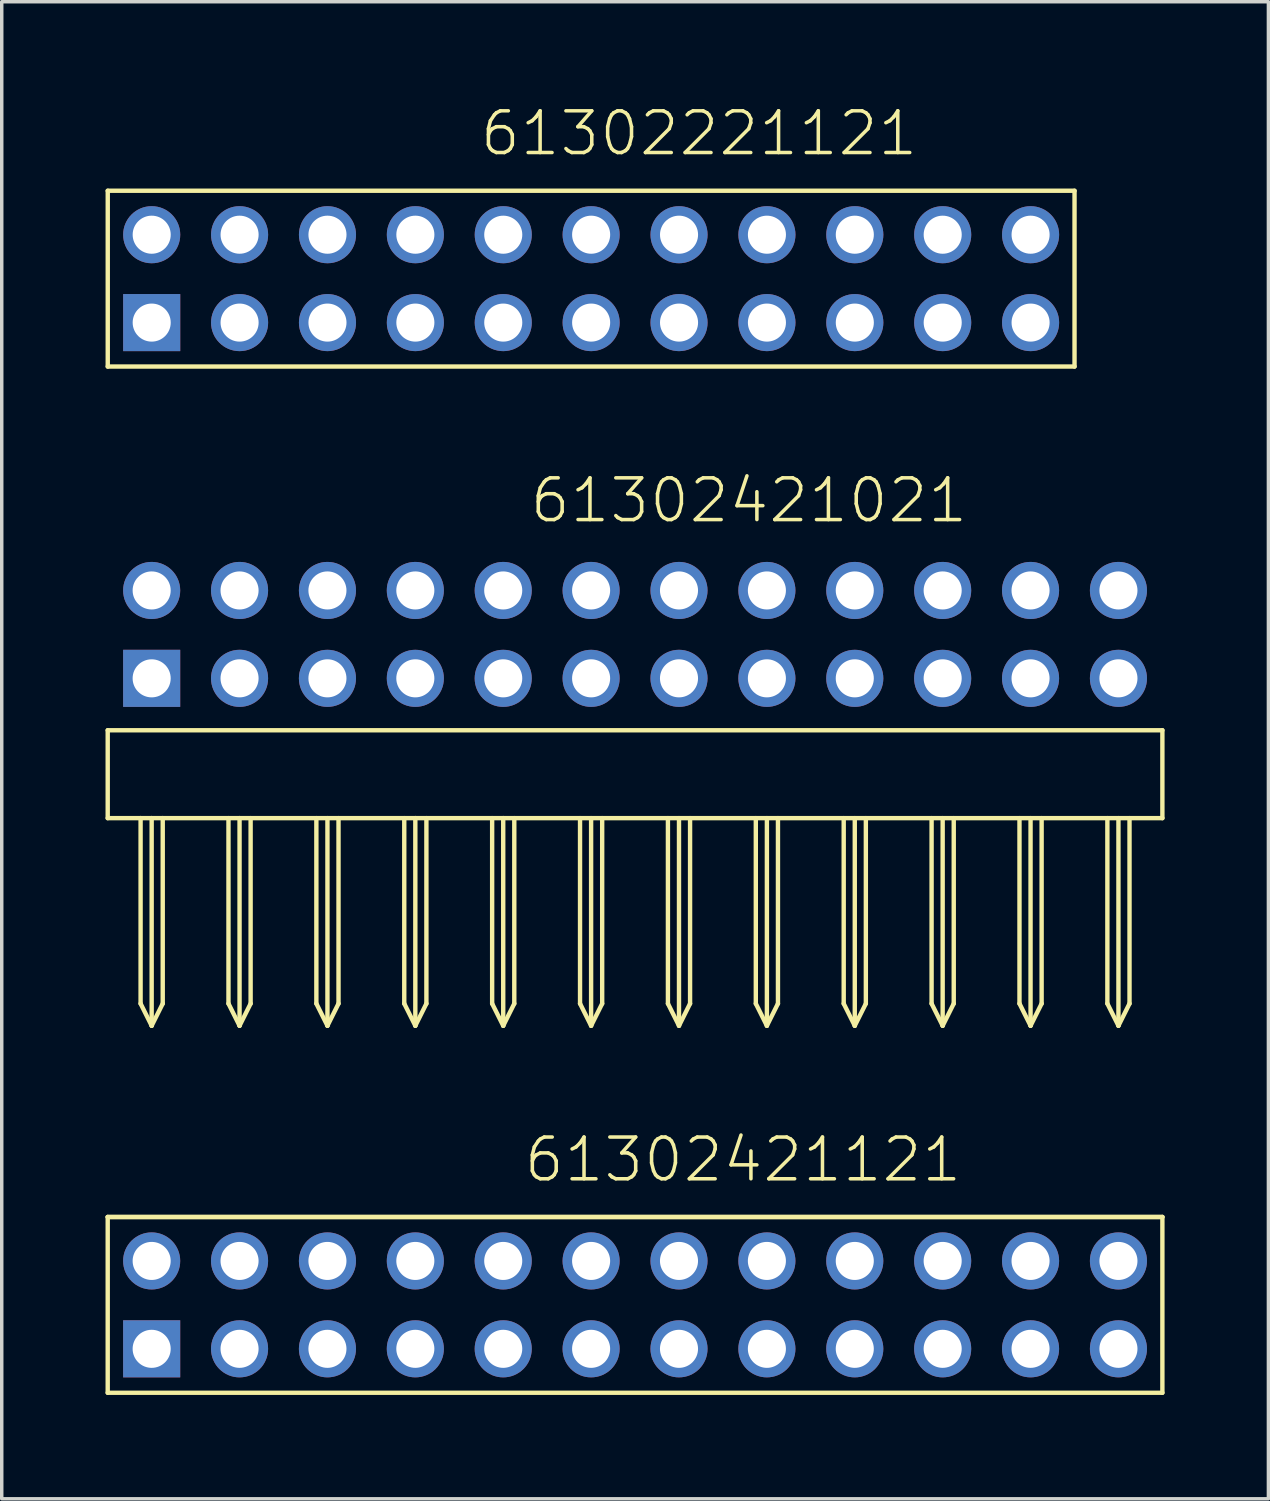
<source format=kicad_pcb>
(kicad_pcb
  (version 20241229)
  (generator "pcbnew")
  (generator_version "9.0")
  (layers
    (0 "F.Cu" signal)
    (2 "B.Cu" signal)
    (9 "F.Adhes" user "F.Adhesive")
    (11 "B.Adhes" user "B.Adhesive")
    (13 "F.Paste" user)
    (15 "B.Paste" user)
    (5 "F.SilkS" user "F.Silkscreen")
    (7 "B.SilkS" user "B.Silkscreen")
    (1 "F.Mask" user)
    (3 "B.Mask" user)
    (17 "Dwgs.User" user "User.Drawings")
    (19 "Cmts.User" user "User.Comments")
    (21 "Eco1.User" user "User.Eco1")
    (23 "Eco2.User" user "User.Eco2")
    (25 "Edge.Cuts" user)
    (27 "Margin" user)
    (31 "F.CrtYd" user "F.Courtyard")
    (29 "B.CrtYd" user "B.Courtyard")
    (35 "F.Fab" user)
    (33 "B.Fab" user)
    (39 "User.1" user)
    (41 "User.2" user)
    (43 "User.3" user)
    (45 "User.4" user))
  (footprint "61302421021"
    (layer "F.Cu")
    (at 15.303 16.554)
    (property "Reference" "61302421021" (at -3.093 -4.436 0) (layer "F.SilkS") (effects (font (size 1.206 1.206) (thickness 0.102)) (justify left bottom)))
    (attr through_hole)
    (fp_line (start -15.24 1.5) (end -15.24 4.04) (stroke (width 0.127) (type solid)) (layer "F.SilkS"))
    (fp_line (start -15.24 4.04) (end -14.29 4.04) (stroke (width 0.127) (type solid)) (layer "F.SilkS"))
    (fp_line (start -14.29 4.04) (end -14.29 9.4) (stroke (width 0.127) (type solid)) (layer "F.SilkS"))
    (fp_line (start -14.29 4.04) (end -13.97 4.04) (stroke (width 0.127) (type solid)) (layer "F.SilkS"))
    (fp_line (start -14.29 9.4) (end -13.97 10.04) (stroke (width 0.127) (type solid)) (layer "F.SilkS"))
    (fp_line (start -13.97 4.04) (end -13.97 10.04) (stroke (width 0.127) (type solid)) (layer "F.SilkS"))
    (fp_line (start -13.97 4.04) (end -13.65 4.04) (stroke (width 0.127) (type solid)) (layer "F.SilkS"))
    (fp_line (start -13.97 10.04) (end -13.65 9.4) (stroke (width 0.127) (type solid)) (layer "F.SilkS"))
    (fp_line (start -13.65 4.04) (end -13.65 9.4) (stroke (width 0.127) (type solid)) (layer "F.SilkS"))
    (fp_line (start -13.65 4.04) (end -11.43 4.04) (stroke (width 0.127) (type solid)) (layer "F.SilkS"))
    (fp_line (start -11.75 4.04) (end -11.75 9.4) (stroke (width 0.127) (type solid)) (layer "F.SilkS"))
    (fp_line (start -11.75 9.4) (end -11.43 10.04) (stroke (width 0.127) (type solid)) (layer "F.SilkS"))
    (fp_line (start -11.43 4.04) (end -11.43 10.04) (stroke (width 0.127) (type solid)) (layer "F.SilkS"))
    (fp_line (start -11.43 4.04) (end -6.35 4.04) (stroke (width 0.127) (type solid)) (layer "F.SilkS"))
    (fp_line (start -11.43 10.04) (end -11.11 9.4) (stroke (width 0.127) (type solid)) (layer "F.SilkS"))
    (fp_line (start -11.11 4.04) (end -11.11 9.4) (stroke (width 0.127) (type solid)) (layer "F.SilkS"))
    (fp_line (start -9.21 4.04) (end -9.21 9.4) (stroke (width 0.127) (type solid)) (layer "F.SilkS"))
    (fp_line (start -9.21 9.4) (end -8.89 10.04) (stroke (width 0.127) (type solid)) (layer "F.SilkS"))
    (fp_line (start -8.89 4.04) (end -8.89 10.04) (stroke (width 0.127) (type solid)) (layer "F.SilkS"))
    (fp_line (start -8.89 10.04) (end -8.57 9.4) (stroke (width 0.127) (type solid)) (layer "F.SilkS"))
    (fp_line (start -8.57 4.04) (end -8.57 9.4) (stroke (width 0.127) (type solid)) (layer "F.SilkS"))
    (fp_line (start -6.67 4.04) (end -6.67 9.4) (stroke (width 0.127) (type solid)) (layer "F.SilkS"))
    (fp_line (start -6.67 9.4) (end -6.35 10.04) (stroke (width 0.127) (type solid)) (layer "F.SilkS"))
    (fp_line (start -6.35 4.04) (end -6.35 10.04) (stroke (width 0.127) (type solid)) (layer "F.SilkS"))
    (fp_line (start -6.35 4.04) (end -3.81 4.04) (stroke (width 0.127) (type solid)) (layer "F.SilkS"))
    (fp_line (start -6.35 10.04) (end -6.03 9.4) (stroke (width 0.127) (type solid)) (layer "F.SilkS"))
    (fp_line (start -6.03 4.04) (end -6.03 9.4) (stroke (width 0.127) (type solid)) (layer "F.SilkS"))
    (fp_line (start -4.13 4.04) (end -4.13 9.4) (stroke (width 0.127) (type solid)) (layer "F.SilkS"))
    (fp_line (start -4.13 9.4) (end -3.81 10.04) (stroke (width 0.127) (type solid)) (layer "F.SilkS"))
    (fp_line (start -3.81 4.04) (end -3.81 10.04) (stroke (width 0.127) (type solid)) (layer "F.SilkS"))
    (fp_line (start -3.81 4.04) (end 15.24 4.04) (stroke (width 0.127) (type solid)) (layer "F.SilkS"))
    (fp_line (start -3.81 10.04) (end -3.49 9.4) (stroke (width 0.127) (type solid)) (layer "F.SilkS"))
    (fp_line (start -3.49 4.04) (end -3.49 9.4) (stroke (width 0.127) (type solid)) (layer "F.SilkS"))
    (fp_line (start -1.59 4.04) (end -1.59 9.4) (stroke (width 0.127) (type solid)) (layer "F.SilkS"))
    (fp_line (start -1.59 9.4) (end -1.27 10.04) (stroke (width 0.127) (type solid)) (layer "F.SilkS"))
    (fp_line (start -1.27 4.04) (end -1.27 10.04) (stroke (width 0.127) (type solid)) (layer "F.SilkS"))
    (fp_line (start -1.27 10.04) (end -0.95 9.4) (stroke (width 0.127) (type solid)) (layer "F.SilkS"))
    (fp_line (start -0.95 4.04) (end -0.95 9.4) (stroke (width 0.127) (type solid)) (layer "F.SilkS"))
    (fp_line (start 0.95 4.04) (end 0.95 9.4) (stroke (width 0.127) (type solid)) (layer "F.SilkS"))
    (fp_line (start 0.95 9.4) (end 1.27 10.04) (stroke (width 0.127) (type solid)) (layer "F.SilkS"))
    (fp_line (start 1.27 4.04) (end 1.27 10.04) (stroke (width 0.127) (type solid)) (layer "F.SilkS"))
    (fp_line (start 1.27 10.04) (end 1.59 9.4) (stroke (width 0.127) (type solid)) (layer "F.SilkS"))
    (fp_line (start 1.59 4.04) (end 1.59 9.4) (stroke (width 0.127) (type solid)) (layer "F.SilkS"))
    (fp_line (start 3.49 4.04) (end 3.49 9.4) (stroke (width 0.127) (type solid)) (layer "F.SilkS"))
    (fp_line (start 3.49 9.4) (end 3.81 10.04) (stroke (width 0.127) (type solid)) (layer "F.SilkS"))
    (fp_line (start 3.81 4.04) (end 3.81 10.04) (stroke (width 0.127) (type solid)) (layer "F.SilkS"))
    (fp_line (start 3.81 10.04) (end 4.13 9.4) (stroke (width 0.127) (type solid)) (layer "F.SilkS"))
    (fp_line (start 4.13 4.04) (end 4.13 9.4) (stroke (width 0.127) (type solid)) (layer "F.SilkS"))
    (fp_line (start 6.03 4.04) (end 6.03 9.4) (stroke (width 0.127) (type solid)) (layer "F.SilkS"))
    (fp_line (start 6.03 9.4) (end 6.35 10.04) (stroke (width 0.127) (type solid)) (layer "F.SilkS"))
    (fp_line (start 6.35 4.04) (end 6.35 10.04) (stroke (width 0.127) (type solid)) (layer "F.SilkS"))
    (fp_line (start 6.35 10.04) (end 6.67 9.4) (stroke (width 0.127) (type solid)) (layer "F.SilkS"))
    (fp_line (start 6.67 4.04) (end 6.67 9.4) (stroke (width 0.127) (type solid)) (layer "F.SilkS"))
    (fp_line (start 8.57 4.04) (end 8.57 9.4) (stroke (width 0.127) (type solid)) (layer "F.SilkS"))
    (fp_line (start 8.57 9.4) (end 8.89 10.04) (stroke (width 0.127) (type solid)) (layer "F.SilkS"))
    (fp_line (start 8.89 4.04) (end 8.89 10.04) (stroke (width 0.127) (type solid)) (layer "F.SilkS"))
    (fp_line (start 8.89 10.04) (end 9.21 9.4) (stroke (width 0.127) (type solid)) (layer "F.SilkS"))
    (fp_line (start 9.21 4.04) (end 9.21 9.4) (stroke (width 0.127) (type solid)) (layer "F.SilkS"))
    (fp_line (start 11.11 4.04) (end 11.11 9.4) (stroke (width 0.127) (type solid)) (layer "F.SilkS"))
    (fp_line (start 11.11 9.4) (end 11.43 10.04) (stroke (width 0.127) (type solid)) (layer "F.SilkS"))
    (fp_line (start 11.43 4.04) (end 11.43 10.04) (stroke (width 0.127) (type solid)) (layer "F.SilkS"))
    (fp_line (start 11.43 10.04) (end 11.75 9.4) (stroke (width 0.127) (type solid)) (layer "F.SilkS"))
    (fp_line (start 11.75 4.04) (end 11.75 9.4) (stroke (width 0.127) (type solid)) (layer "F.SilkS"))
    (fp_line (start 13.65 4.04) (end 13.65 9.4) (stroke (width 0.127) (type solid)) (layer "F.SilkS"))
    (fp_line (start 13.65 9.4) (end 13.97 10.04) (stroke (width 0.127) (type solid)) (layer "F.SilkS"))
    (fp_line (start 13.97 4.04) (end 13.97 10.04) (stroke (width 0.127) (type solid)) (layer "F.SilkS"))
    (fp_line (start 13.97 10.04) (end 14.29 9.4) (stroke (width 0.127) (type solid)) (layer "F.SilkS"))
    (fp_line (start 14.29 4.04) (end 14.29 9.4) (stroke (width 0.127) (type solid)) (layer "F.SilkS"))
    (fp_line (start 15.24 1.5) (end -15.24 1.5) (stroke (width 0.127) (type solid)) (layer "F.SilkS"))
    (fp_line (start 15.24 4.04) (end 15.24 1.5) (stroke (width 0.127) (type solid)) (layer "F.SilkS"))
    (pad "1" thru_hole rect (at -13.97 0 180) (size 1.65 1.65) (drill 1.1) (layers "*.Cu" "*.Mask"))
    (pad "2" thru_hole circle (at -11.43 0 180) (size 1.65 1.65) (drill 1.1) (layers "*.Cu" "*.Mask"))
    (pad "3" thru_hole circle (at -8.89 0 180) (size 1.65 1.65) (drill 1.1) (layers "*.Cu" "*.Mask"))
    (pad "4" thru_hole circle (at -6.35 0 180) (size 1.65 1.65) (drill 1.1) (layers "*.Cu" "*.Mask"))
    (pad "5" thru_hole circle (at -3.81 0 180) (size 1.65 1.65) (drill 1.1) (layers "*.Cu" "*.Mask"))
    (pad "6" thru_hole circle (at -1.27 0 180) (size 1.65 1.65) (drill 1.1) (layers "*.Cu" "*.Mask"))
    (pad "7" thru_hole circle (at 1.27 0 180) (size 1.65 1.65) (drill 1.1) (layers "*.Cu" "*.Mask"))
    (pad "8" thru_hole circle (at 3.81 0 180) (size 1.65 1.65) (drill 1.1) (layers "*.Cu" "*.Mask"))
    (pad "9" thru_hole circle (at 6.35 0 180) (size 1.65 1.65) (drill 1.1) (layers "*.Cu" "*.Mask"))
    (pad "10" thru_hole circle (at 8.89 0 180) (size 1.65 1.65) (drill 1.1) (layers "*.Cu" "*.Mask"))
    (pad "11" thru_hole circle (at 11.43 0 180) (size 1.65 1.65) (drill 1.1) (layers "*.Cu" "*.Mask"))
    (pad "12" thru_hole circle (at 13.97 0 180) (size 1.65 1.65) (drill 1.1) (layers "*.Cu" "*.Mask"))
    (pad "13" thru_hole circle (at 13.97 -2.54) (size 1.65 1.65) (drill 1.1) (layers "*.Cu" "*.Mask"))
    (pad "14" thru_hole circle (at 11.43 -2.54) (size 1.65 1.65) (drill 1.1) (layers "*.Cu" "*.Mask"))
    (pad "15" thru_hole circle (at 8.89 -2.54) (size 1.65 1.65) (drill 1.1) (layers "*.Cu" "*.Mask"))
    (pad "16" thru_hole circle (at 6.35 -2.54) (size 1.65 1.65) (drill 1.1) (layers "*.Cu" "*.Mask"))
    (pad "17" thru_hole circle (at 3.81 -2.54) (size 1.65 1.65) (drill 1.1) (layers "*.Cu" "*.Mask"))
    (pad "18" thru_hole circle (at 1.27 -2.54) (size 1.65 1.65) (drill 1.1) (layers "*.Cu" "*.Mask"))
    (pad "19" thru_hole circle (at -1.27 -2.54) (size 1.65 1.65) (drill 1.1) (layers "*.Cu" "*.Mask"))
    (pad "20" thru_hole circle (at -3.81 -2.54) (size 1.65 1.65) (drill 1.1) (layers "*.Cu" "*.Mask"))
    (pad "21" thru_hole circle (at -6.35 -2.54) (size 1.65 1.65) (drill 1.1) (layers "*.Cu" "*.Mask"))
    (pad "22" thru_hole circle (at -8.89 -2.54) (size 1.65 1.65) (drill 1.1) (layers "*.Cu" "*.Mask"))
    (pad "23" thru_hole circle (at -11.43 -2.54) (size 1.65 1.65) (drill 1.1) (layers "*.Cu" "*.Mask"))
    (pad "24" thru_hole circle (at -13.97 -2.54) (size 1.65 1.65) (drill 1.1) (layers "*.Cu" "*.Mask")))
  (footprint "61302221121"
    (layer "F.Cu")
    (at 14.034 5.003)
    (property "Reference" "61302221121" (at -3.265 -3.492 0) (layer "F.SilkS") (effects (font (size 1.206 1.206) (thickness 0.102)) (justify left bottom)))
    (attr through_hole)
    (fp_line (start -13.97 -2.54) (end 13.97 -2.54) (stroke (width 0.127) (type solid)) (layer "F.SilkS"))
    (fp_line (start -13.97 2.54) (end -13.97 -2.54) (stroke (width 0.127) (type solid)) (layer "F.SilkS"))
    (fp_line (start 13.97 -2.54) (end 13.97 2.54) (stroke (width 0.127) (type solid)) (layer "F.SilkS"))
    (fp_line (start 13.97 2.54) (end -13.97 2.54) (stroke (width 0.127) (type solid)) (layer "F.SilkS"))
    (pad "1" thru_hole rect (at -12.7 1.27) (size 1.65 1.65) (drill 1.1) (layers "*.Cu" "*.Mask"))
    (pad "2" thru_hole circle (at -10.16 1.27) (size 1.65 1.65) (drill 1.1) (layers "*.Cu" "*.Mask"))
    (pad "3" thru_hole circle (at -7.62 1.27) (size 1.65 1.65) (drill 1.1) (layers "*.Cu" "*.Mask"))
    (pad "4" thru_hole circle (at -5.08 1.27) (size 1.65 1.65) (drill 1.1) (layers "*.Cu" "*.Mask"))
    (pad "5" thru_hole circle (at -2.54 1.27) (size 1.65 1.65) (drill 1.1) (layers "*.Cu" "*.Mask"))
    (pad "6" thru_hole circle (at 0 1.27) (size 1.65 1.65) (drill 1.1) (layers "*.Cu" "*.Mask"))
    (pad "7" thru_hole circle (at 2.54 1.27) (size 1.65 1.65) (drill 1.1) (layers "*.Cu" "*.Mask"))
    (pad "8" thru_hole circle (at 5.08 1.27) (size 1.65 1.65) (drill 1.1) (layers "*.Cu" "*.Mask"))
    (pad "9" thru_hole circle (at 7.62 1.27) (size 1.65 1.65) (drill 1.1) (layers "*.Cu" "*.Mask"))
    (pad "10" thru_hole circle (at 10.16 1.27) (size 1.65 1.65) (drill 1.1) (layers "*.Cu" "*.Mask"))
    (pad "11" thru_hole circle (at 12.7 1.27) (size 1.65 1.65) (drill 1.1) (layers "*.Cu" "*.Mask"))
    (pad "12" thru_hole circle (at 12.7 -1.27) (size 1.65 1.65) (drill 1.1) (layers "*.Cu" "*.Mask"))
    (pad "13" thru_hole circle (at 10.16 -1.27) (size 1.65 1.65) (drill 1.1) (layers "*.Cu" "*.Mask"))
    (pad "14" thru_hole circle (at 7.62 -1.27) (size 1.65 1.65) (drill 1.1) (layers "*.Cu" "*.Mask"))
    (pad "15" thru_hole circle (at 5.08 -1.27) (size 1.65 1.65) (drill 1.1) (layers "*.Cu" "*.Mask"))
    (pad "16" thru_hole circle (at 2.54 -1.27) (size 1.65 1.65) (drill 1.1) (layers "*.Cu" "*.Mask"))
    (pad "17" thru_hole circle (at 0 -1.27) (size 1.65 1.65) (drill 1.1) (layers "*.Cu" "*.Mask"))
    (pad "18" thru_hole circle (at -2.54 -1.27) (size 1.65 1.65) (drill 1.1) (layers "*.Cu" "*.Mask"))
    (pad "19" thru_hole circle (at -5.08 -1.27) (size 1.65 1.65) (drill 1.1) (layers "*.Cu" "*.Mask"))
    (pad "20" thru_hole circle (at -7.62 -1.27) (size 1.65 1.65) (drill 1.1) (layers "*.Cu" "*.Mask"))
    (pad "21" thru_hole circle (at -10.16 -1.27) (size 1.65 1.65) (drill 1.1) (layers "*.Cu" "*.Mask"))
    (pad "22" thru_hole circle (at -12.7 -1.27) (size 1.65 1.65) (drill 1.1) (layers "*.Cu" "*.Mask")))
  (footprint "61302421121"
    (layer "F.Cu")
    (at 15.303 34.661)
    (property "Reference" "61302421121" (at -3.265 -3.492 0) (layer "F.SilkS") (effects (font (size 1.206 1.206) (thickness 0.102)) (justify left bottom)))
    (attr through_hole)
    (fp_line (start -15.24 -2.54) (end 15.24 -2.54) (stroke (width 0.127) (type solid)) (layer "F.SilkS"))
    (fp_line (start -15.24 -2.54) (end 15.24 -2.54) (stroke (width 0.127) (type solid)) (layer "F.SilkS"))
    (fp_line (start -15.24 2.54) (end -15.24 -2.54) (stroke (width 0.127) (type solid)) (layer "F.SilkS"))
    (fp_line (start 15.24 -2.54) (end 15.24 2.54) (stroke (width 0.127) (type solid)) (layer "F.SilkS"))
    (fp_line (start 15.24 2.54) (end -15.24 2.54) (stroke (width 0.127) (type solid)) (layer "F.SilkS"))
    (pad "1" thru_hole rect (at -13.97 1.27 180) (size 1.65 1.65) (drill 1.1) (layers "*.Cu" "*.Mask"))
    (pad "2" thru_hole circle (at -11.43 1.27 180) (size 1.65 1.65) (drill 1.1) (layers "*.Cu" "*.Mask"))
    (pad "3" thru_hole circle (at -8.89 1.27 180) (size 1.65 1.65) (drill 1.1) (layers "*.Cu" "*.Mask"))
    (pad "4" thru_hole circle (at -6.35 1.27 180) (size 1.65 1.65) (drill 1.1) (layers "*.Cu" "*.Mask"))
    (pad "5" thru_hole circle (at -3.81 1.27 180) (size 1.65 1.65) (drill 1.1) (layers "*.Cu" "*.Mask"))
    (pad "6" thru_hole circle (at -1.27 1.27 180) (size 1.65 1.65) (drill 1.1) (layers "*.Cu" "*.Mask"))
    (pad "7" thru_hole circle (at 1.27 1.27 180) (size 1.65 1.65) (drill 1.1) (layers "*.Cu" "*.Mask"))
    (pad "8" thru_hole circle (at 3.81 1.27 180) (size 1.65 1.65) (drill 1.1) (layers "*.Cu" "*.Mask"))
    (pad "9" thru_hole circle (at 6.35 1.27 180) (size 1.65 1.65) (drill 1.1) (layers "*.Cu" "*.Mask"))
    (pad "10" thru_hole circle (at 8.89 1.27 180) (size 1.65 1.65) (drill 1.1) (layers "*.Cu" "*.Mask"))
    (pad "11" thru_hole circle (at 11.43 1.27 180) (size 1.65 1.65) (drill 1.1) (layers "*.Cu" "*.Mask"))
    (pad "12" thru_hole circle (at 13.97 1.27 180) (size 1.65 1.65) (drill 1.1) (layers "*.Cu" "*.Mask"))
    (pad "13" thru_hole circle (at 13.97 -1.27) (size 1.65 1.65) (drill 1.1) (layers "*.Cu" "*.Mask"))
    (pad "14" thru_hole circle (at 11.43 -1.27) (size 1.65 1.65) (drill 1.1) (layers "*.Cu" "*.Mask"))
    (pad "15" thru_hole circle (at 8.89 -1.27) (size 1.65 1.65) (drill 1.1) (layers "*.Cu" "*.Mask"))
    (pad "16" thru_hole circle (at 6.35 -1.27) (size 1.65 1.65) (drill 1.1) (layers "*.Cu" "*.Mask"))
    (pad "17" thru_hole circle (at 3.81 -1.27) (size 1.65 1.65) (drill 1.1) (layers "*.Cu" "*.Mask"))
    (pad "18" thru_hole circle (at 1.27 -1.27) (size 1.65 1.65) (drill 1.1) (layers "*.Cu" "*.Mask"))
    (pad "19" thru_hole circle (at -1.27 -1.27) (size 1.65 1.65) (drill 1.1) (layers "*.Cu" "*.Mask"))
    (pad "20" thru_hole circle (at -3.81 -1.27) (size 1.65 1.65) (drill 1.1) (layers "*.Cu" "*.Mask"))
    (pad "21" thru_hole circle (at -6.35 -1.27) (size 1.65 1.65) (drill 1.1) (layers "*.Cu" "*.Mask"))
    (pad "22" thru_hole circle (at -8.89 -1.27) (size 1.65 1.65) (drill 1.1) (layers "*.Cu" "*.Mask"))
    (pad "23" thru_hole circle (at -11.43 -1.27) (size 1.65 1.65) (drill 1.1) (layers "*.Cu" "*.Mask"))
    (pad "24" thru_hole circle (at -13.97 -1.27) (size 1.65 1.65) (drill 1.1) (layers "*.Cu" "*.Mask")))
  (gr_rect
    (start -3 -3)
    (end 33.607 40.265)
    (stroke (width 0.1) (type default))
    (fill no)
    (layer "Edge.Cuts")))
</source>
